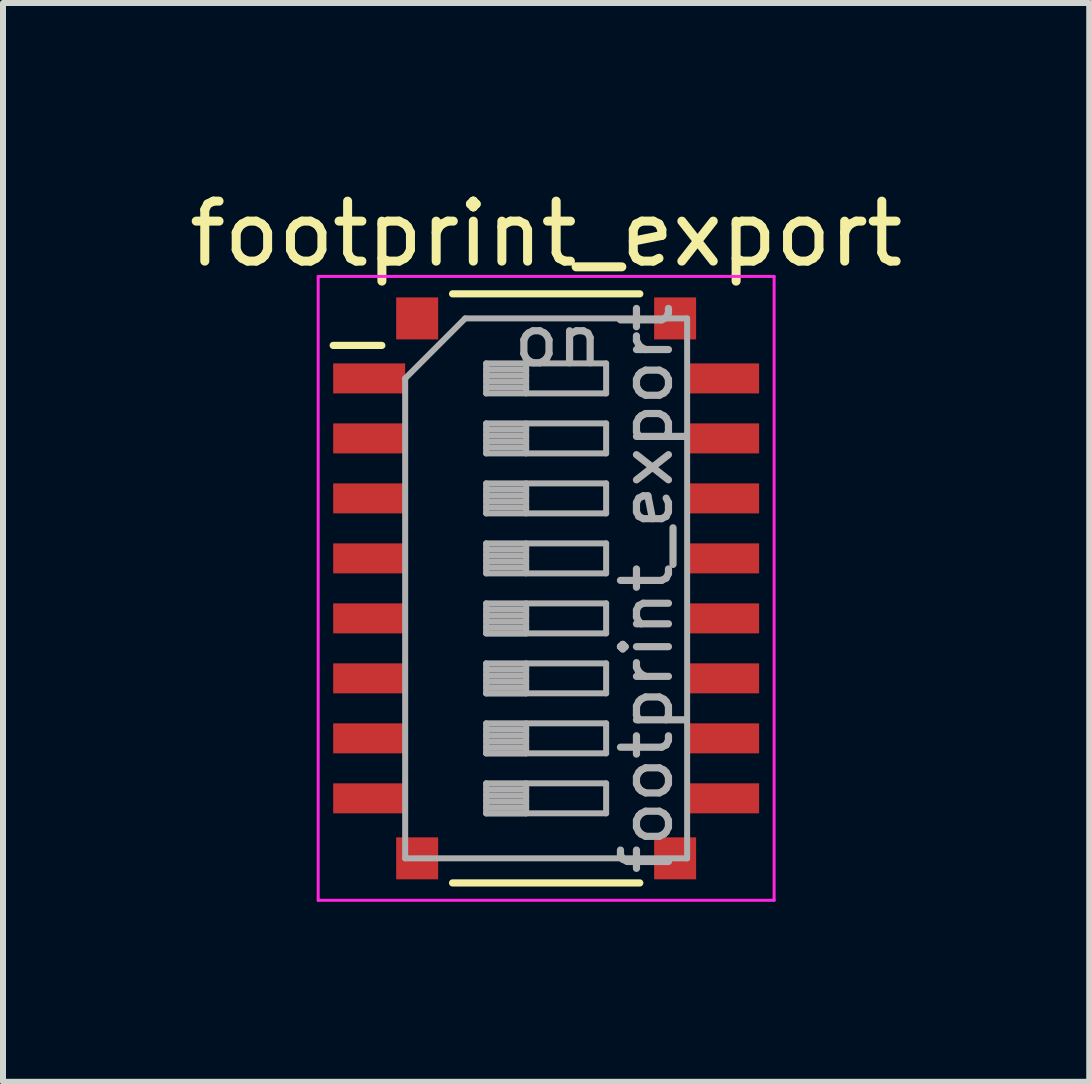
<source format=kicad_pcb>
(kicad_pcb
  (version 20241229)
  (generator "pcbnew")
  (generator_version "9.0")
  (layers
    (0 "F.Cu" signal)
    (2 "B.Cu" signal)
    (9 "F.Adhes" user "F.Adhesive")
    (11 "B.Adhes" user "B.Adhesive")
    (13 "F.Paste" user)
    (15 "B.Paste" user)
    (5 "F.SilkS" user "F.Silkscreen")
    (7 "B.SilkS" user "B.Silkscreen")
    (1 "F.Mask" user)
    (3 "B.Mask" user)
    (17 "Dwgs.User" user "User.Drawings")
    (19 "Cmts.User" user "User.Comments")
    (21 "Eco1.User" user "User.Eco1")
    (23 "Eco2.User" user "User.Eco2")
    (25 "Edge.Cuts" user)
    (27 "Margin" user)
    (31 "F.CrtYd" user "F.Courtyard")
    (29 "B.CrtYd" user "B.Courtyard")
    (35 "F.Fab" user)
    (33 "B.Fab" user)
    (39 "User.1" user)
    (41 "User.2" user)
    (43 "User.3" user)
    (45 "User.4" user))
  (footprint "footprint_export"
    (layer "F.Cu")
    (at 6.054 6.758)
    (property "Reference" "footprint_export" (at 0 -5.91 0) (layer "F.SilkS") (effects (font (size 1 1) (thickness 0.15))))
    (attr smd)
    (fp_line (start -3.55 -4.05) (end -2.739 -4.05) (stroke (width 0.12) (type solid)) (layer "F.SilkS"))
    (fp_line (start -1.56 -4.91) (end 1.561 -4.91) (stroke (width 0.12) (type solid)) (layer "F.SilkS"))
    (fp_line (start -1.56 4.91) (end 1.561 4.91) (stroke (width 0.12) (type solid)) (layer "F.SilkS"))
    (fp_line (start -3.8 -5.2) (end -3.8 5.2) (stroke (width 0.05) (type solid)) (layer "F.CrtYd"))
    (fp_line (start -3.8 5.2) (end 3.8 5.2) (stroke (width 0.05) (type solid)) (layer "F.CrtYd"))
    (fp_line (start 3.8 -5.2) (end -3.8 -5.2) (stroke (width 0.05) (type solid)) (layer "F.CrtYd"))
    (fp_line (start 3.8 5.2) (end 3.8 -5.2) (stroke (width 0.05) (type solid)) (layer "F.CrtYd"))
    (fp_line (start -2.35 -3.5) (end -1.35 -4.5) (stroke (width 0.1) (type solid)) (layer "F.Fab"))
    (fp_line (start -2.35 4.5) (end -2.35 -3.5) (stroke (width 0.1) (type solid)) (layer "F.Fab"))
    (fp_line (start -1.35 -4.5) (end 2.35 -4.5) (stroke (width 0.1) (type solid)) (layer "F.Fab"))
    (fp_line (start -1 -3.75) (end -1 -3.25) (stroke (width 0.1) (type solid)) (layer "F.Fab"))
    (fp_line (start -1 -3.65) (end -0.333 -3.65) (stroke (width 0.1) (type solid)) (layer "F.Fab"))
    (fp_line (start -1 -3.55) (end -0.333 -3.55) (stroke (width 0.1) (type solid)) (layer "F.Fab"))
    (fp_line (start -1 -3.45) (end -0.333 -3.45) (stroke (width 0.1) (type solid)) (layer "F.Fab"))
    (fp_line (start -1 -3.35) (end -0.333 -3.35) (stroke (width 0.1) (type solid)) (layer "F.Fab"))
    (fp_line (start -1 -3.25) (end 1 -3.25) (stroke (width 0.1) (type solid)) (layer "F.Fab"))
    (fp_line (start -1 -2.75) (end -1 -2.25) (stroke (width 0.1) (type solid)) (layer "F.Fab"))
    (fp_line (start -1 -2.65) (end -0.333 -2.65) (stroke (width 0.1) (type solid)) (layer "F.Fab"))
    (fp_line (start -1 -2.55) (end -0.333 -2.55) (stroke (width 0.1) (type solid)) (layer "F.Fab"))
    (fp_line (start -1 -2.45) (end -0.333 -2.45) (stroke (width 0.1) (type solid)) (layer "F.Fab"))
    (fp_line (start -1 -2.35) (end -0.333 -2.35) (stroke (width 0.1) (type solid)) (layer "F.Fab"))
    (fp_line (start -1 -2.25) (end 1 -2.25) (stroke (width 0.1) (type solid)) (layer "F.Fab"))
    (fp_line (start -1 -1.75) (end -1 -1.25) (stroke (width 0.1) (type solid)) (layer "F.Fab"))
    (fp_line (start -1 -1.65) (end -0.333 -1.65) (stroke (width 0.1) (type solid)) (layer "F.Fab"))
    (fp_line (start -1 -1.55) (end -0.333 -1.55) (stroke (width 0.1) (type solid)) (layer "F.Fab"))
    (fp_line (start -1 -1.45) (end -0.333 -1.45) (stroke (width 0.1) (type solid)) (layer "F.Fab"))
    (fp_line (start -1 -1.35) (end -0.333 -1.35) (stroke (width 0.1) (type solid)) (layer "F.Fab"))
    (fp_line (start -1 -1.25) (end 1 -1.25) (stroke (width 0.1) (type solid)) (layer "F.Fab"))
    (fp_line (start -1 -0.75) (end -1 -0.25) (stroke (width 0.1) (type solid)) (layer "F.Fab"))
    (fp_line (start -1 -0.65) (end -0.333 -0.65) (stroke (width 0.1) (type solid)) (layer "F.Fab"))
    (fp_line (start -1 -0.55) (end -0.333 -0.55) (stroke (width 0.1) (type solid)) (layer "F.Fab"))
    (fp_line (start -1 -0.45) (end -0.333 -0.45) (stroke (width 0.1) (type solid)) (layer "F.Fab"))
    (fp_line (start -1 -0.35) (end -0.333 -0.35) (stroke (width 0.1) (type solid)) (layer "F.Fab"))
    (fp_line (start -1 -0.25) (end 1 -0.25) (stroke (width 0.1) (type solid)) (layer "F.Fab"))
    (fp_line (start -1 0.25) (end -1 0.75) (stroke (width 0.1) (type solid)) (layer "F.Fab"))
    (fp_line (start -1 0.35) (end -0.333 0.35) (stroke (width 0.1) (type solid)) (layer "F.Fab"))
    (fp_line (start -1 0.45) (end -0.333 0.45) (stroke (width 0.1) (type solid)) (layer "F.Fab"))
    (fp_line (start -1 0.55) (end -0.333 0.55) (stroke (width 0.1) (type solid)) (layer "F.Fab"))
    (fp_line (start -1 0.65) (end -0.333 0.65) (stroke (width 0.1) (type solid)) (layer "F.Fab"))
    (fp_line (start -1 0.75) (end -0.333 0.75) (stroke (width 0.1) (type solid)) (layer "F.Fab"))
    (fp_line (start -1 0.75) (end 1 0.75) (stroke (width 0.1) (type solid)) (layer "F.Fab"))
    (fp_line (start -1 1.25) (end -1 1.75) (stroke (width 0.1) (type solid)) (layer "F.Fab"))
    (fp_line (start -1 1.35) (end -0.333 1.35) (stroke (width 0.1) (type solid)) (layer "F.Fab"))
    (fp_line (start -1 1.45) (end -0.333 1.45) (stroke (width 0.1) (type solid)) (layer "F.Fab"))
    (fp_line (start -1 1.55) (end -0.333 1.55) (stroke (width 0.1) (type solid)) (layer "F.Fab"))
    (fp_line (start -1 1.65) (end -0.333 1.65) (stroke (width 0.1) (type solid)) (layer "F.Fab"))
    (fp_line (start -1 1.75) (end -0.333 1.75) (stroke (width 0.1) (type solid)) (layer "F.Fab"))
    (fp_line (start -1 1.75) (end 1 1.75) (stroke (width 0.1) (type solid)) (layer "F.Fab"))
    (fp_line (start -1 2.25) (end -1 2.75) (stroke (width 0.1) (type solid)) (layer "F.Fab"))
    (fp_line (start -1 2.35) (end -0.333 2.35) (stroke (width 0.1) (type solid)) (layer "F.Fab"))
    (fp_line (start -1 2.45) (end -0.333 2.45) (stroke (width 0.1) (type solid)) (layer "F.Fab"))
    (fp_line (start -1 2.55) (end -0.333 2.55) (stroke (width 0.1) (type solid)) (layer "F.Fab"))
    (fp_line (start -1 2.65) (end -0.333 2.65) (stroke (width 0.1) (type solid)) (layer "F.Fab"))
    (fp_line (start -1 2.75) (end -0.333 2.75) (stroke (width 0.1) (type solid)) (layer "F.Fab"))
    (fp_line (start -1 2.75) (end 1 2.75) (stroke (width 0.1) (type solid)) (layer "F.Fab"))
    (fp_line (start -1 3.25) (end -1 3.75) (stroke (width 0.1) (type solid)) (layer "F.Fab"))
    (fp_line (start -1 3.35) (end -0.333 3.35) (stroke (width 0.1) (type solid)) (layer "F.Fab"))
    (fp_line (start -1 3.45) (end -0.333 3.45) (stroke (width 0.1) (type solid)) (layer "F.Fab"))
    (fp_line (start -1 3.55) (end -0.333 3.55) (stroke (width 0.1) (type solid)) (layer "F.Fab"))
    (fp_line (start -1 3.65) (end -0.333 3.65) (stroke (width 0.1) (type solid)) (layer "F.Fab"))
    (fp_line (start -1 3.75) (end -0.333 3.75) (stroke (width 0.1) (type solid)) (layer "F.Fab"))
    (fp_line (start -1 3.75) (end 1 3.75) (stroke (width 0.1) (type solid)) (layer "F.Fab"))
    (fp_line (start -0.333 -3.75) (end -0.333 -3.25) (stroke (width 0.1) (type solid)) (layer "F.Fab"))
    (fp_line (start -0.333 -2.75) (end -0.333 -2.25) (stroke (width 0.1) (type solid)) (layer "F.Fab"))
    (fp_line (start -0.333 -1.75) (end -0.333 -1.25) (stroke (width 0.1) (type solid)) (layer "F.Fab"))
    (fp_line (start -0.333 -0.75) (end -0.333 -0.25) (stroke (width 0.1) (type solid)) (layer "F.Fab"))
    (fp_line (start -0.333 0.25) (end -0.333 0.75) (stroke (width 0.1) (type solid)) (layer "F.Fab"))
    (fp_line (start -0.333 1.25) (end -0.333 1.75) (stroke (width 0.1) (type solid)) (layer "F.Fab"))
    (fp_line (start -0.333 2.25) (end -0.333 2.75) (stroke (width 0.1) (type solid)) (layer "F.Fab"))
    (fp_line (start -0.333 3.25) (end -0.333 3.75) (stroke (width 0.1) (type solid)) (layer "F.Fab"))
    (fp_line (start 1 -3.75) (end -1 -3.75) (stroke (width 0.1) (type solid)) (layer "F.Fab"))
    (fp_line (start 1 -3.25) (end 1 -3.75) (stroke (width 0.1) (type solid)) (layer "F.Fab"))
    (fp_line (start 1 -2.75) (end -1 -2.75) (stroke (width 0.1) (type solid)) (layer "F.Fab"))
    (fp_line (start 1 -2.25) (end 1 -2.75) (stroke (width 0.1) (type solid)) (layer "F.Fab"))
    (fp_line (start 1 -1.75) (end -1 -1.75) (stroke (width 0.1) (type solid)) (layer "F.Fab"))
    (fp_line (start 1 -1.25) (end 1 -1.75) (stroke (width 0.1) (type solid)) (layer "F.Fab"))
    (fp_line (start 1 -0.75) (end -1 -0.75) (stroke (width 0.1) (type solid)) (layer "F.Fab"))
    (fp_line (start 1 -0.25) (end 1 -0.75) (stroke (width 0.1) (type solid)) (layer "F.Fab"))
    (fp_line (start 1 0.25) (end -1 0.25) (stroke (width 0.1) (type solid)) (layer "F.Fab"))
    (fp_line (start 1 0.75) (end 1 0.25) (stroke (width 0.1) (type solid)) (layer "F.Fab"))
    (fp_line (start 1 1.25) (end -1 1.25) (stroke (width 0.1) (type solid)) (layer "F.Fab"))
    (fp_line (start 1 1.75) (end 1 1.25) (stroke (width 0.1) (type solid)) (layer "F.Fab"))
    (fp_line (start 1 2.25) (end -1 2.25) (stroke (width 0.1) (type solid)) (layer "F.Fab"))
    (fp_line (start 1 2.75) (end 1 2.25) (stroke (width 0.1) (type solid)) (layer "F.Fab"))
    (fp_line (start 1 3.25) (end -1 3.25) (stroke (width 0.1) (type solid)) (layer "F.Fab"))
    (fp_line (start 1 3.75) (end 1 3.25) (stroke (width 0.1) (type solid)) (layer "F.Fab"))
    (fp_line (start 2.35 -4.5) (end 2.35 4.5) (stroke (width 0.1) (type solid)) (layer "F.Fab"))
    (fp_line (start 2.35 4.5) (end -2.35 4.5) (stroke (width 0.1) (type solid)) (layer "F.Fab"))
    (fp_text user "on" (at 0.2 -4.125 0) (layer "F.Fab") (effects (font (size 0.8 0.8) (thickness 0.12))))
    (fp_text user "${REFERENCE}" (at 1.675 0 90) (layer "F.Fab") (effects (font (size 0.8 0.8) (thickness 0.12))))
    (pad "1" smd rect (at -2.95 -3.5) (size 1.2 0.5) (layers "F.Cu" "F.Mask" "F.Paste"))
    (pad "2" smd rect (at -2.95 -2.5) (size 1.2 0.5) (layers "F.Cu" "F.Mask" "F.Paste"))
    (pad "3" smd rect (at -2.95 -1.5) (size 1.2 0.5) (layers "F.Cu" "F.Mask" "F.Paste"))
    (pad "4" smd rect (at -2.95 -0.5) (size 1.2 0.5) (layers "F.Cu" "F.Mask" "F.Paste"))
    (pad "5" smd rect (at -2.95 0.5) (size 1.2 0.5) (layers "F.Cu" "F.Mask" "F.Paste"))
    (pad "6" smd rect (at -2.95 1.5) (size 1.2 0.5) (layers "F.Cu" "F.Mask" "F.Paste"))
    (pad "7" smd rect (at -2.95 2.5) (size 1.2 0.5) (layers "F.Cu" "F.Mask" "F.Paste"))
    (pad "8" smd rect (at -2.95 3.5) (size 1.2 0.5) (layers "F.Cu" "F.Mask" "F.Paste"))
    (pad "9" smd rect (at 2.95 3.5) (size 1.2 0.5) (layers "F.Cu" "F.Mask" "F.Paste"))
    (pad "10" smd rect (at 2.95 2.5) (size 1.2 0.5) (layers "F.Cu" "F.Mask" "F.Paste"))
    (pad "11" smd rect (at 2.95 1.5) (size 1.2 0.5) (layers "F.Cu" "F.Mask" "F.Paste"))
    (pad "12" smd rect (at 2.95 0.5) (size 1.2 0.5) (layers "F.Cu" "F.Mask" "F.Paste"))
    (pad "13" smd rect (at 2.95 -0.5) (size 1.2 0.5) (layers "F.Cu" "F.Mask" "F.Paste"))
    (pad "14" smd rect (at 2.95 -1.5) (size 1.2 0.5) (layers "F.Cu" "F.Mask" "F.Paste"))
    (pad "15" smd rect (at 2.95 -2.5) (size 1.2 0.5) (layers "F.Cu" "F.Mask" "F.Paste"))
    (pad "16" smd rect (at 2.95 -3.5) (size 1.2 0.5) (layers "F.Cu" "F.Mask" "F.Paste"))
    (pad "17" smd rect (at -2.15 -4.5) (size 0.7 0.7) (layers "F.Cu" "F.Mask" "F.Paste"))
    (pad "17" smd rect (at -2.15 4.5) (size 0.7 0.7) (layers "F.Cu" "F.Mask" "F.Paste"))
    (pad "17" smd rect (at 2.15 -4.5) (size 0.7 0.7) (layers "F.Cu" "F.Mask" "F.Paste"))
    (pad "17" smd rect (at 2.15 4.5) (size 0.7 0.7) (layers "F.Cu" "F.Mask" "F.Paste")))
  (gr_rect
    (start -3 -3)
    (end 15.107 14.983)
    (stroke (width 0.1) (type default))
    (fill no)
    (layer "Edge.Cuts")))
</source>
